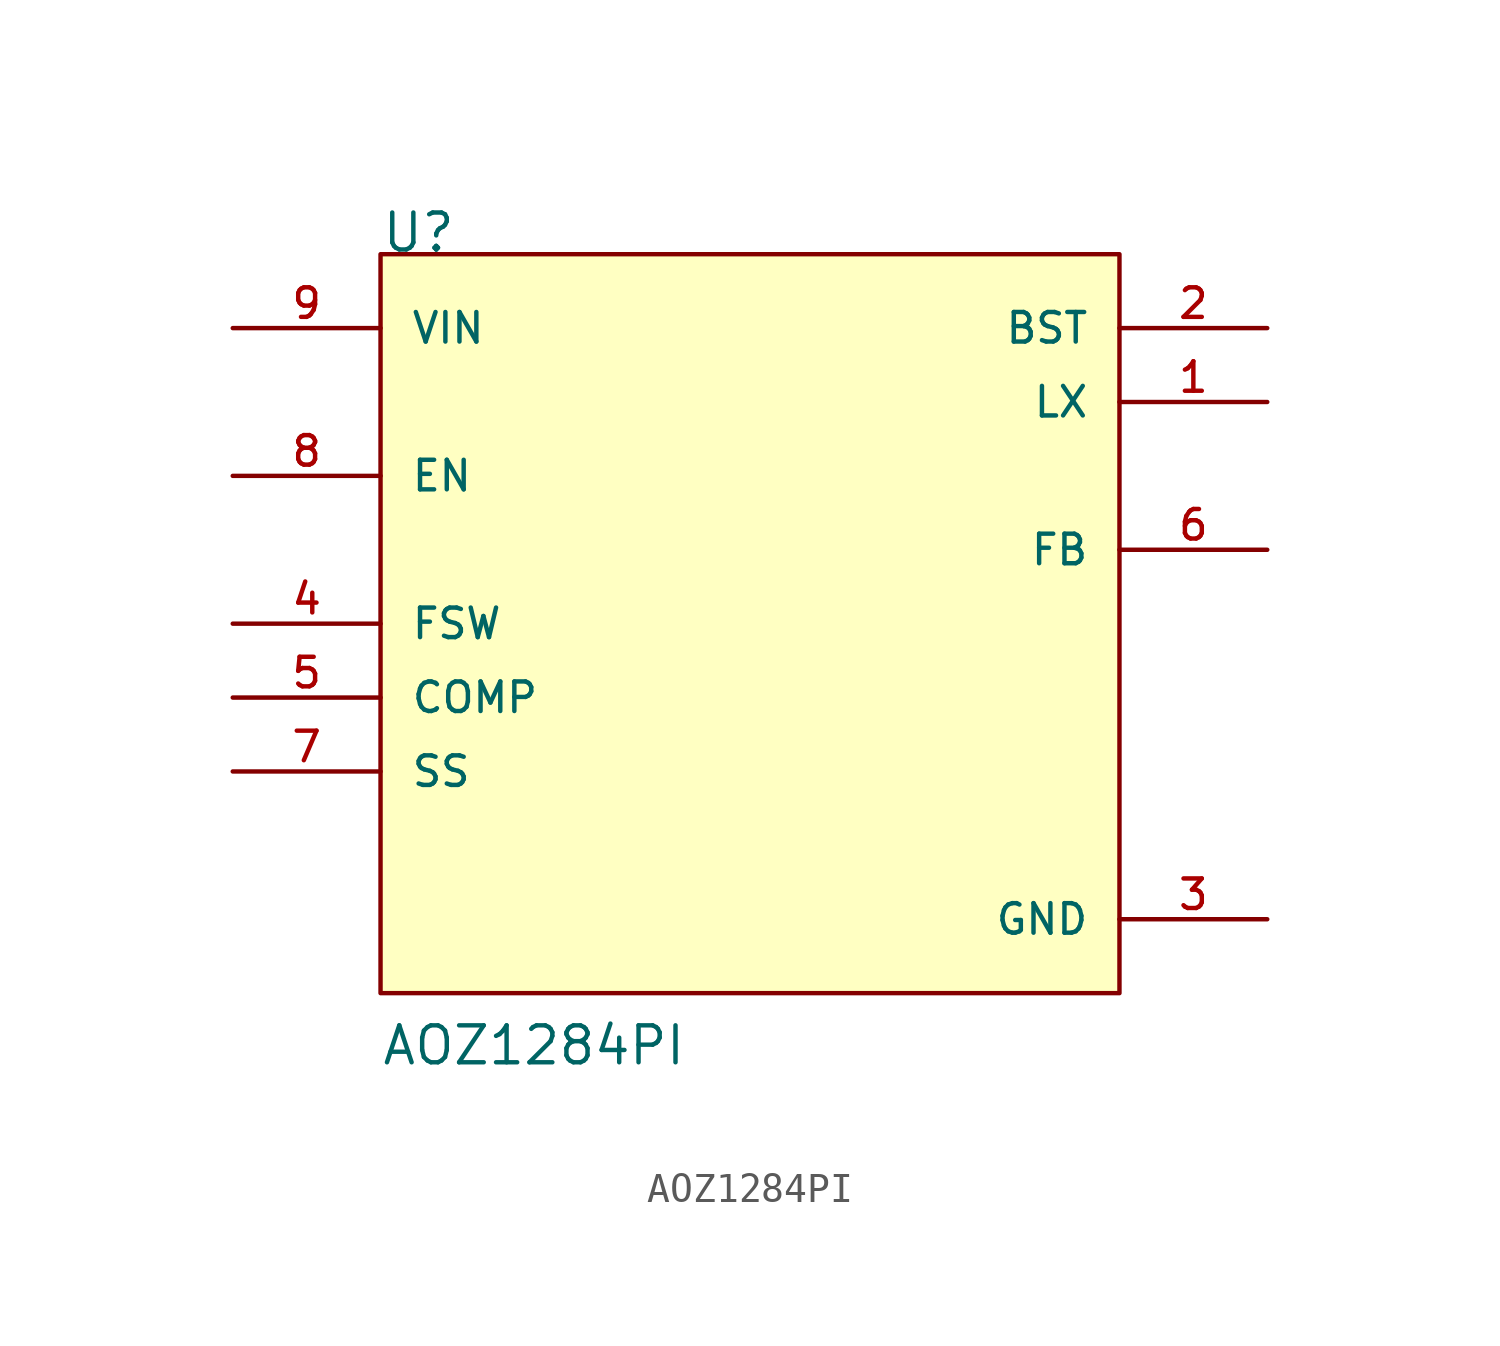
<source format=kicad_sym>
(kicad_symbol_lib
  (version 20241209)
  (generator "kicad_symbol_editor")
  (generator_version "9.0")
  (symbol "AOZ1284PI"
    (pin_names
      (offset 1.016))
    (property "Reference" "U"
      (at -12.7 12.7 0)
      (effects (font (size 1.27 1.27)) (justify left bottom)))
    (property "Value" "AOZ1284PI"
      (at -12.7 -15.24 0)
      (effects (font (size 1.27 1.27)) (justify left bottom)))
    (symbol "AOZ1284PI_0_0"
      (rectangle (start -12.7 -12.7) (end 12.7 12.7) (stroke (width 0.152) (type default)) (fill (type background)))
      (pin input line (at -17.78 10.16 0) (length 5.08) (name "VIN" (effects (font (size 1.016 1.016)))) (number "9" (effects (font (size 1.016 1.016)))))
      (pin input line (at -17.78 5.08 0) (length 5.08) (name "EN" (effects (font (size 1.016 1.016)))) (number "8" (effects (font (size 1.016 1.016)))))
      (pin passive line (at -17.78 0 0) (length 5.08) (name "FSW" (effects (font (size 1.016 1.016)))) (number "4" (effects (font (size 1.016 1.016)))))
      (pin passive line (at -17.78 -2.54 0) (length 5.08) (name "COMP" (effects (font (size 1.016 1.016)))) (number "5" (effects (font (size 1.016 1.016)))))
      (pin passive line (at -17.78 -5.08 0) (length 5.08) (name "SS" (effects (font (size 1.016 1.016)))) (number "7" (effects (font (size 1.016 1.016)))))
      (pin output line (at 17.78 10.16 180) (length 5.08) (name "BST" (effects (font (size 1.016 1.016)))) (number "2" (effects (font (size 1.016 1.016)))))
      (pin output line (at 17.78 7.62 180) (length 5.08) (name "LX" (effects (font (size 1.016 1.016)))) (number "1" (effects (font (size 1.016 1.016)))))
      (pin input line (at 17.78 2.54 180) (length 5.08) (name "FB" (effects (font (size 1.016 1.016)))) (number "6" (effects (font (size 1.016 1.016)))))
      (pin power_in line (at 17.78 -10.16 180) (length 5.08) (name "GND" (effects (font (size 1.016 1.016)))) (number "3" (effects (font (size 1.016 1.016))))))))
</source>
